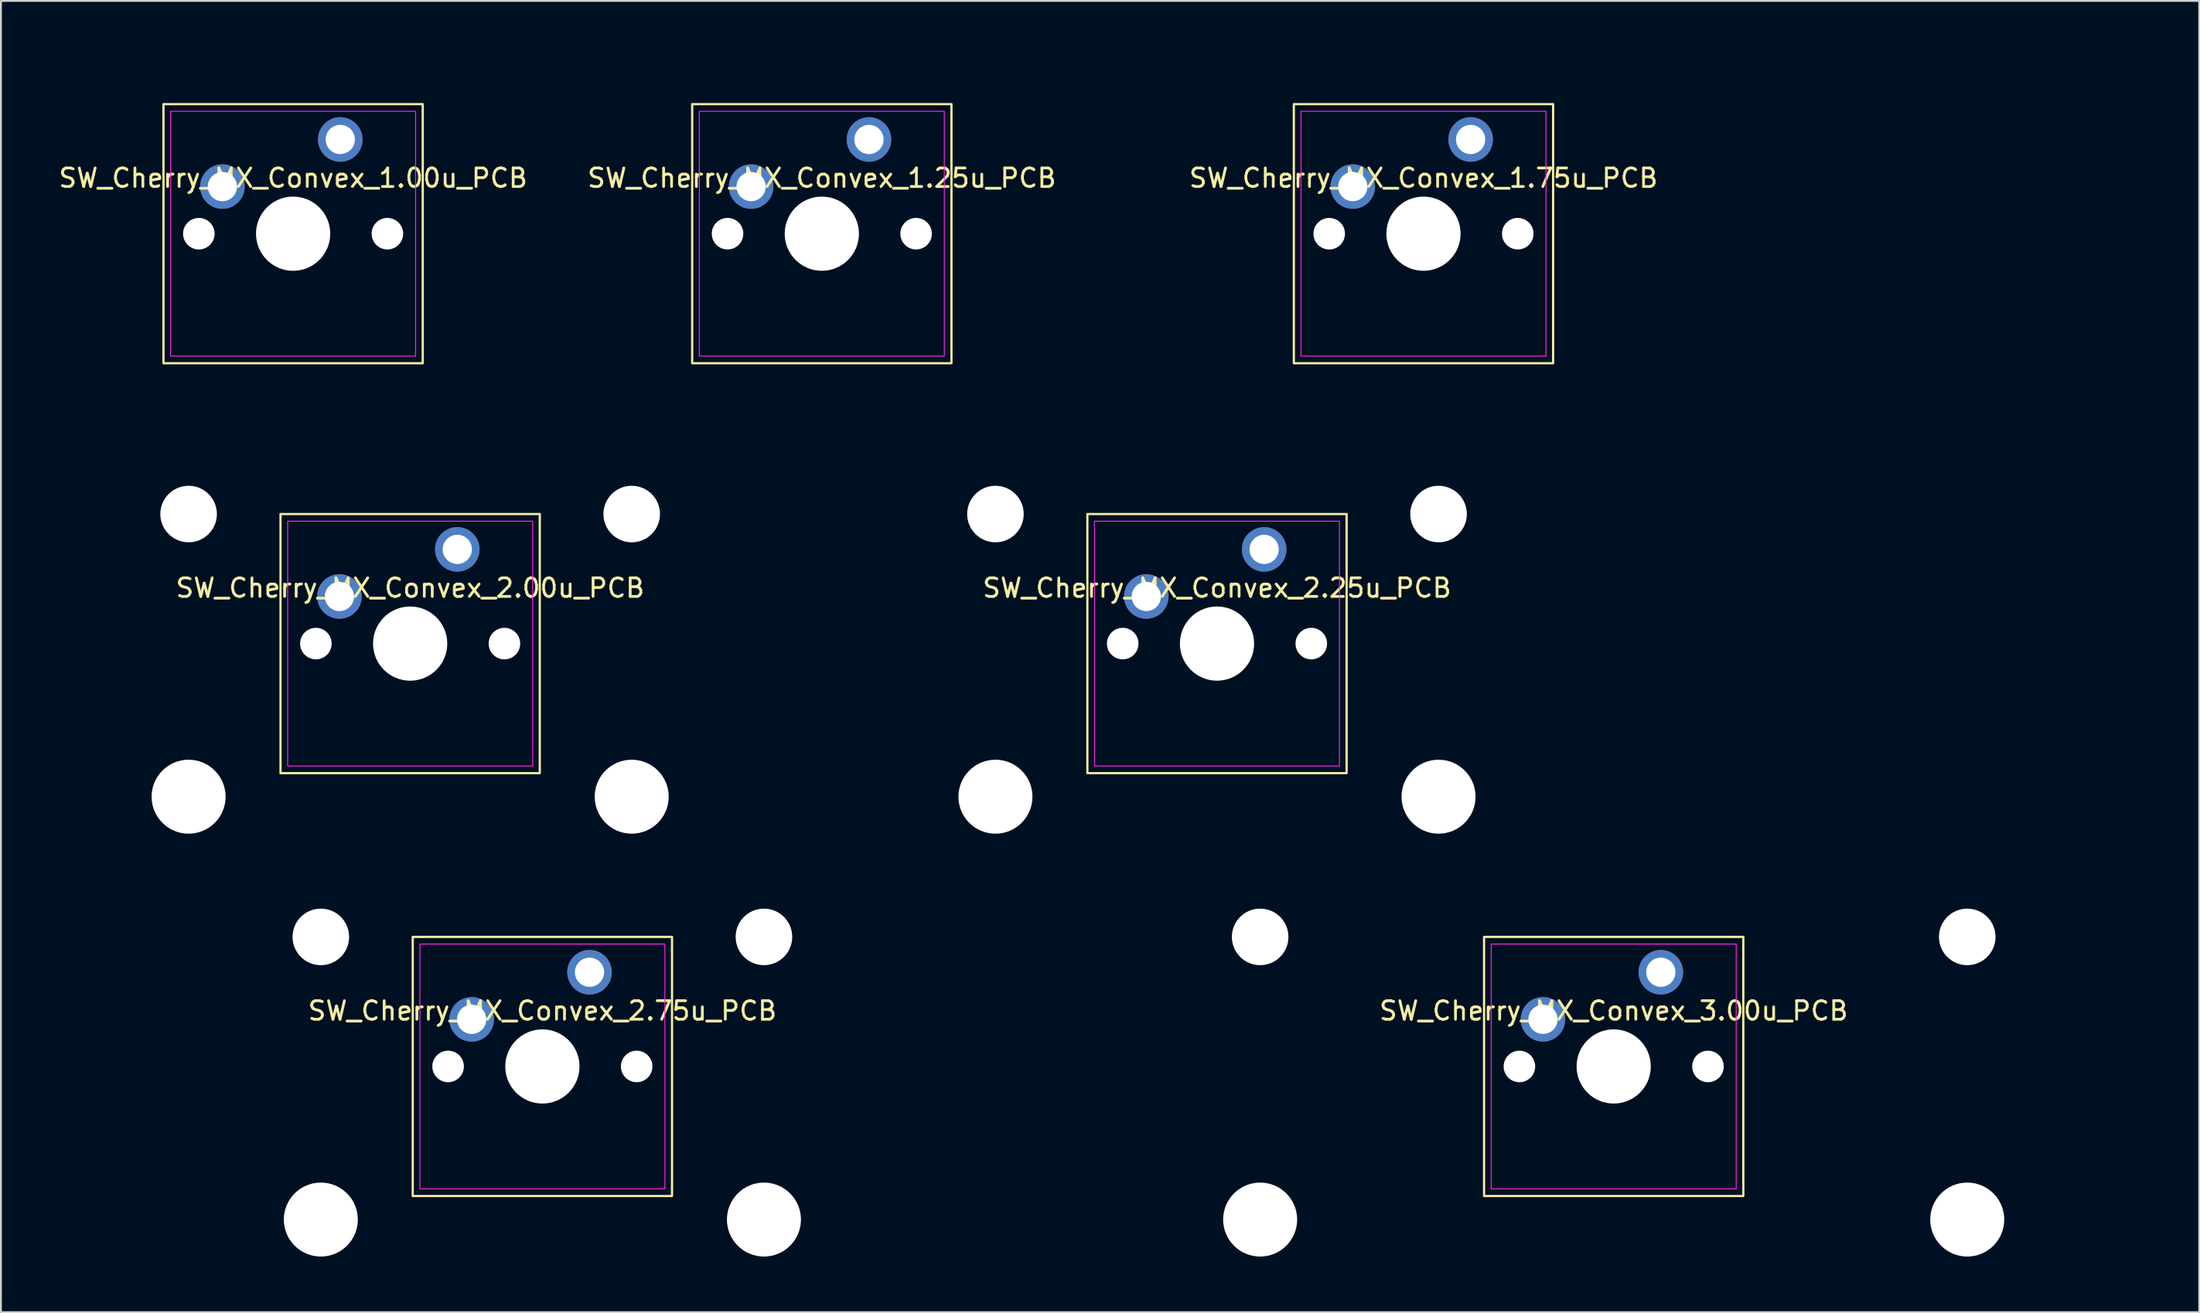
<source format=kicad_pcb>
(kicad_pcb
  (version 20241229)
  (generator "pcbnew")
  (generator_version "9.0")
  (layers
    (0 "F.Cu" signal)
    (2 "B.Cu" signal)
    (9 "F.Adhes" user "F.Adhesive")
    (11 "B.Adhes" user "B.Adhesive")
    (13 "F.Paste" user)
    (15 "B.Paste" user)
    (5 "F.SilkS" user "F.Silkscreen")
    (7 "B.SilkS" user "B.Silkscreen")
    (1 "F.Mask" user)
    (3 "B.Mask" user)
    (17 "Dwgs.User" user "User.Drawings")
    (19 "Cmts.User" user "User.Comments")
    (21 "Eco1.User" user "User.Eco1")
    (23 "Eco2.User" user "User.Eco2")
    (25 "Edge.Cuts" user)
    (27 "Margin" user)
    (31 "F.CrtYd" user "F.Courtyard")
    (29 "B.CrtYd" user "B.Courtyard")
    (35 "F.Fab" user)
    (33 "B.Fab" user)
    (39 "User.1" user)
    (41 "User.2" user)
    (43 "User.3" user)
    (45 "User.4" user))
  (footprint "SW_Cherry_MX_Convex_1.00u_PCB"
    (layer "F.Cu")
    (at 12.744 9.55)
    (property "Reference" "SW_Cherry_MX_Convex_1.00u_PCB" (at 0 -3 0) (layer "F.SilkS") (effects (font (size 1 1) (thickness 0.15))))
    (attr through_hole)
    (fp_rect (start -6.985 -6.985) (end 6.985 6.985) (stroke (width 0.12) (type default)) (fill no) (layer "F.SilkS"))
    (fp_rect (start -6.6 -6.6) (end 6.6 6.6) (stroke (width 0.05) (type default)) (fill no) (layer "F.CrtYd"))
    (fp_rect (start -9.5 -9.5) (end 9.5 9.5) (stroke (width 0.1) (type default)) (fill no) (layer "User.1"))
    (pad "" np_thru_hole circle (at -5.08 0) (size 1.7 1.7) (drill 1.7) (layers "*.Cu" "*.Mask"))
    (pad "" np_thru_hole circle (at 0 0) (size 4 4) (drill 4) (layers "*.Cu" "*.Mask"))
    (pad "" np_thru_hole circle (at 5.08 0) (size 1.7 1.7) (drill 1.7) (layers "*.Cu" "*.Mask"))
    (pad "1" thru_hole circle (at 2.54 -5.08) (size 2.4 2.4) (drill 1.575) (layers "*.Cu" "*.Mask"))
    (pad "2" thru_hole circle (at -3.81 -2.54) (size 2.4 2.4) (drill 1.575) (layers "*.Cu" "*.Mask")))
  (footprint "SW_Cherry_MX_Convex_2.00u_PCB"
    (layer "F.Cu")
    (at 19.05 31.65)
    (property "Reference" "SW_Cherry_MX_Convex_2.00u_PCB" (at 0 -3 0) (layer "F.SilkS") (effects (font (size 1 1) (thickness 0.15))))
    (attr through_hole)
    (fp_rect (start -6.985 -6.985) (end 6.985 6.985) (stroke (width 0.12) (type default)) (fill no) (layer "F.SilkS"))
    (fp_rect (start -6.6 -6.6) (end 6.6 6.6) (stroke (width 0.05) (type default)) (fill no) (layer "F.CrtYd"))
    (fp_rect (start -19 -9.5) (end 19 9.5) (stroke (width 0.1) (type solid)) (fill no) (layer "User.1"))
    (pad "" np_thru_hole circle (at -11.938 -6.985) (size 3.048 3.048) (drill 3.048) (layers "*.Cu" "*.Mask"))
    (pad "" np_thru_hole circle (at -11.938 8.255) (size 3.988 3.988) (drill 3.988) (layers "*.Cu" "*.Mask"))
    (pad "" np_thru_hole circle (at -5.08 0) (size 1.7 1.7) (drill 1.7) (layers "*.Cu" "*.Mask"))
    (pad "" np_thru_hole circle (at 0 0) (size 4 4) (drill 4) (layers "*.Cu" "*.Mask"))
    (pad "" np_thru_hole circle (at 5.08 0) (size 1.7 1.7) (drill 1.7) (layers "*.Cu" "*.Mask"))
    (pad "" np_thru_hole circle (at 11.938 -6.985) (size 3.048 3.048) (drill 3.048) (layers "*.Cu" "*.Mask"))
    (pad "" np_thru_hole circle (at 11.938 8.255) (size 3.988 3.988) (drill 3.988) (layers "*.Cu" "*.Mask"))
    (pad "1" thru_hole circle (at 2.54 -5.08) (size 2.4 2.4) (drill 1.575) (layers "*.Cu" "*.Mask"))
    (pad "2" thru_hole circle (at -3.81 -2.54) (size 2.4 2.4) (drill 1.575) (layers "*.Cu" "*.Mask")))
  (footprint "SW_Cherry_MX_Convex_2.75u_PCB"
    (layer "F.Cu")
    (at 26.175 54.449)
    (property "Reference" "SW_Cherry_MX_Convex_2.75u_PCB" (at 0 -3 0) (layer "F.SilkS") (effects (font (size 1 1) (thickness 0.15))))
    (attr through_hole)
    (fp_rect (start -6.985 -6.985) (end 6.985 6.985) (stroke (width 0.12) (type default)) (fill no) (layer "F.SilkS"))
    (fp_rect (start -6.6 -6.6) (end 6.6 6.6) (stroke (width 0.05) (type default)) (fill no) (layer "F.CrtYd"))
    (fp_rect (start -26.125 -9.5) (end 26.125 9.5) (stroke (width 0.1) (type solid)) (fill no) (layer "User.1"))
    (pad "" np_thru_hole circle (at -11.938 -6.985) (size 3.048 3.048) (drill 3.048) (layers "*.Cu" "*.Mask"))
    (pad "" np_thru_hole circle (at -11.938 8.255) (size 3.988 3.988) (drill 3.988) (layers "*.Cu" "*.Mask"))
    (pad "" np_thru_hole circle (at -5.08 0) (size 1.7 1.7) (drill 1.7) (layers "*.Cu" "*.Mask"))
    (pad "" np_thru_hole circle (at 0 0) (size 4 4) (drill 4) (layers "*.Cu" "*.Mask"))
    (pad "" np_thru_hole circle (at 5.08 0) (size 1.7 1.7) (drill 1.7) (layers "*.Cu" "*.Mask"))
    (pad "" np_thru_hole circle (at 11.938 -6.985) (size 3.048 3.048) (drill 3.048) (layers "*.Cu" "*.Mask"))
    (pad "" np_thru_hole circle (at 11.938 8.255) (size 3.988 3.988) (drill 3.988) (layers "*.Cu" "*.Mask"))
    (pad "1" thru_hole circle (at 2.54 -5.08) (size 2.4 2.4) (drill 1.575) (layers "*.Cu" "*.Mask"))
    (pad "2" thru_hole circle (at -3.81 -2.54) (size 2.4 2.4) (drill 1.575) (layers "*.Cu" "*.Mask")))
  (footprint "SW_Cherry_MX_Convex_1.25u_PCB"
    (layer "F.Cu")
    (at 41.232 9.55)
    (property "Reference" "SW_Cherry_MX_Convex_1.25u_PCB" (at 0 -3 0) (layer "F.SilkS") (effects (font (size 1 1) (thickness 0.15))))
    (attr through_hole)
    (fp_rect (start -6.985 -6.985) (end 6.985 6.985) (stroke (width 0.12) (type default)) (fill no) (layer "F.SilkS"))
    (fp_rect (start -6.6 -6.6) (end 6.6 6.6) (stroke (width 0.05) (type default)) (fill no) (layer "F.CrtYd"))
    (fp_rect (start -11.875 -9.5) (end 11.875 9.5) (stroke (width 0.1) (type solid)) (fill no) (layer "User.1"))
    (pad "" np_thru_hole circle (at -5.08 0) (size 1.7 1.7) (drill 1.7) (layers "*.Cu" "*.Mask"))
    (pad "" np_thru_hole circle (at 0 0) (size 4 4) (drill 4) (layers "*.Cu" "*.Mask"))
    (pad "" np_thru_hole circle (at 5.08 0) (size 1.7 1.7) (drill 1.7) (layers "*.Cu" "*.Mask"))
    (pad "1" thru_hole circle (at 2.54 -5.08) (size 2.4 2.4) (drill 1.575) (layers "*.Cu" "*.Mask"))
    (pad "2" thru_hole circle (at -3.81 -2.54) (size 2.4 2.4) (drill 1.575) (layers "*.Cu" "*.Mask")))
  (footprint "SW_Cherry_MX_Convex_2.25u_PCB"
    (layer "F.Cu")
    (at 62.525 31.65)
    (property "Reference" "SW_Cherry_MX_Convex_2.25u_PCB" (at 0 -3 0) (layer "F.SilkS") (effects (font (size 1 1) (thickness 0.15))))
    (attr through_hole)
    (fp_rect (start -6.985 -6.985) (end 6.985 6.985) (stroke (width 0.12) (type default)) (fill no) (layer "F.SilkS"))
    (fp_rect (start -6.6 -6.6) (end 6.6 6.6) (stroke (width 0.05) (type default)) (fill no) (layer "F.CrtYd"))
    (fp_rect (start -21.375 -9.5) (end 21.375 9.5) (stroke (width 0.1) (type solid)) (fill no) (layer "User.1"))
    (pad "" np_thru_hole circle (at -11.938 -6.985) (size 3.048 3.048) (drill 3.048) (layers "*.Cu" "*.Mask"))
    (pad "" np_thru_hole circle (at -11.938 8.255) (size 3.988 3.988) (drill 3.988) (layers "*.Cu" "*.Mask"))
    (pad "" np_thru_hole circle (at -5.08 0) (size 1.7 1.7) (drill 1.7) (layers "*.Cu" "*.Mask"))
    (pad "" np_thru_hole circle (at 0 0) (size 4 4) (drill 4) (layers "*.Cu" "*.Mask"))
    (pad "" np_thru_hole circle (at 5.08 0) (size 1.7 1.7) (drill 1.7) (layers "*.Cu" "*.Mask"))
    (pad "" np_thru_hole circle (at 11.938 -6.985) (size 3.048 3.048) (drill 3.048) (layers "*.Cu" "*.Mask"))
    (pad "" np_thru_hole circle (at 11.938 8.255) (size 3.988 3.988) (drill 3.988) (layers "*.Cu" "*.Mask"))
    (pad "1" thru_hole circle (at 2.54 -5.08) (size 2.4 2.4) (drill 1.575) (layers "*.Cu" "*.Mask"))
    (pad "2" thru_hole circle (at -3.81 -2.54) (size 2.4 2.4) (drill 1.575) (layers "*.Cu" "*.Mask")))
  (footprint "SW_Cherry_MX_Convex_3.00u_PCB"
    (layer "F.Cu")
    (at 83.9 54.449)
    (property "Reference" "SW_Cherry_MX_Convex_3.00u_PCB" (at 0 -3 0) (layer "F.SilkS") (effects (font (size 1 1) (thickness 0.15))))
    (attr through_hole)
    (fp_rect (start -6.985 -6.985) (end 6.985 6.985) (stroke (width 0.12) (type default)) (fill no) (layer "F.SilkS"))
    (fp_rect (start -6.6 -6.6) (end 6.6 6.6) (stroke (width 0.05) (type default)) (fill no) (layer "F.CrtYd"))
    (fp_rect (start -28.5 -9.5) (end 28.5 9.5) (stroke (width 0.1) (type solid)) (fill no) (layer "User.1"))
    (pad "" np_thru_hole circle (at -19.05 -6.985) (size 3.048 3.048) (drill 3.048) (layers "*.Cu" "*.Mask"))
    (pad "" np_thru_hole circle (at -19.05 8.255) (size 3.988 3.988) (drill 3.988) (layers "*.Cu" "*.Mask"))
    (pad "" np_thru_hole circle (at -5.08 0) (size 1.7 1.7) (drill 1.7) (layers "*.Cu" "*.Mask"))
    (pad "" np_thru_hole circle (at 0 0) (size 4 4) (drill 4) (layers "*.Cu" "*.Mask"))
    (pad "" np_thru_hole circle (at 5.08 0) (size 1.7 1.7) (drill 1.7) (layers "*.Cu" "*.Mask"))
    (pad "" np_thru_hole circle (at 19.05 -6.985) (size 3.048 3.048) (drill 3.048) (layers "*.Cu" "*.Mask"))
    (pad "" np_thru_hole circle (at 19.05 8.255) (size 3.988 3.988) (drill 3.988) (layers "*.Cu" "*.Mask"))
    (pad "1" thru_hole circle (at 2.54 -5.08) (size 2.4 2.4) (drill 1.575) (layers "*.Cu" "*.Mask"))
    (pad "2" thru_hole circle (at -3.81 -2.54) (size 2.4 2.4) (drill 1.575) (layers "*.Cu" "*.Mask")))
  (footprint "SW_Cherry_MX_Convex_1.75u_PCB"
    (layer "F.Cu")
    (at 73.651 9.55)
    (property "Reference" "SW_Cherry_MX_Convex_1.75u_PCB" (at 0 -3 0) (layer "F.SilkS") (effects (font (size 1 1) (thickness 0.15))))
    (attr through_hole)
    (fp_rect (start -6.985 -6.985) (end 6.985 6.985) (stroke (width 0.12) (type default)) (fill no) (layer "F.SilkS"))
    (fp_rect (start -6.6 -6.6) (end 6.6 6.6) (stroke (width 0.05) (type default)) (fill no) (layer "F.CrtYd"))
    (fp_rect (start -16.625 -9.5) (end 16.625 9.5) (stroke (width 0.1) (type solid)) (fill no) (layer "User.1"))
    (pad "" np_thru_hole circle (at -5.08 0) (size 1.7 1.7) (drill 1.7) (layers "*.Cu" "*.Mask"))
    (pad "" np_thru_hole circle (at 0 0) (size 4 4) (drill 4) (layers "*.Cu" "*.Mask"))
    (pad "" np_thru_hole circle (at 5.08 0) (size 1.7 1.7) (drill 1.7) (layers "*.Cu" "*.Mask"))
    (pad "1" thru_hole circle (at 2.54 -5.08) (size 2.4 2.4) (drill 1.575) (layers "*.Cu" "*.Mask"))
    (pad "2" thru_hole circle (at -3.81 -2.54) (size 2.4 2.4) (drill 1.575) (layers "*.Cu" "*.Mask")))
  (gr_rect
    (start -3 -3)
    (end 115.45 67.698)
    (stroke (width 0.1) (type default))
    (fill no)
    (layer "Edge.Cuts")))
</source>
